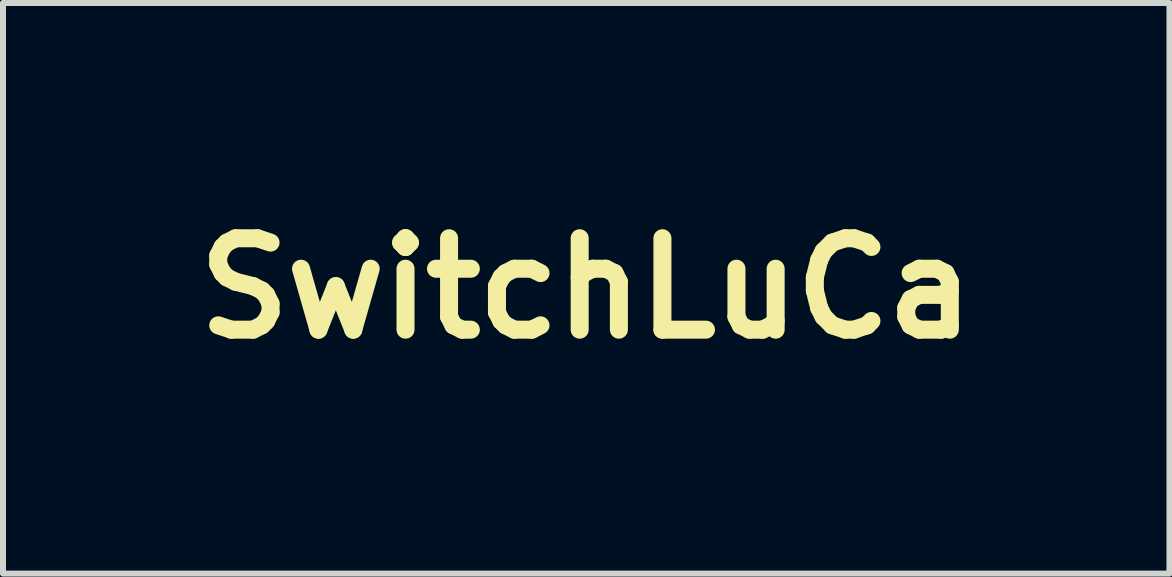
<source format=kicad_pcb>
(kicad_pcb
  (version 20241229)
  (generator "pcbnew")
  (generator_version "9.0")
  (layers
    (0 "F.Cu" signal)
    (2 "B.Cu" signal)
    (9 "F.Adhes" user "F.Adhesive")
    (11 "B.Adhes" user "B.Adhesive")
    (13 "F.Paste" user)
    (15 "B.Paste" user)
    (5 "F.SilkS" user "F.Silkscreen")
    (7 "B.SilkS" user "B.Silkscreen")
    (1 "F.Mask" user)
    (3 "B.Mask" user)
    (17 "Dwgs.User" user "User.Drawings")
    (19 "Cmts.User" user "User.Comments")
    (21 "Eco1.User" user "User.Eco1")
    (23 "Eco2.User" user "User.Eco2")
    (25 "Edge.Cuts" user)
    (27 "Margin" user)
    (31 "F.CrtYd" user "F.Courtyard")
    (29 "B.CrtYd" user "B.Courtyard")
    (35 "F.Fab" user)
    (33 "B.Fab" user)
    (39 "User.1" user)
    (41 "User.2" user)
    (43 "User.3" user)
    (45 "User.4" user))
  (footprint "SwitchLuCa"
    (layer "F.Cu")
    (at 6.72 1.755)
    (property "Reference" "SwitchLuCa" (at 0 0 0) (layer "F.SilkS") (effects (font (size 1.524 1.524) (thickness 0.3))))
    (attr through_hole)
    (fp_poly (pts (xy -0.517 0.213) (xy -0.942 0.213) (xy -0.942 -0.213) (xy -0.517 -0.213) (xy -0.517 0.213)) (stroke (width 0.01) (type solid)) (fill no) (layer "Eco2.User"))
    (fp_poly (pts (xy -1.845 -0.75) (xy -1.827 -0.747) (xy -1.809 -0.743) (xy -1.79 -0.738) (xy -1.772 -0.731) (xy -1.762 -0.726) (xy -1.746 -0.718) (xy -1.73 -0.709) (xy -1.716 -0.699) (xy -1.702 -0.687) (xy -1.693 -0.679) (xy -1.682 -0.668) (xy -1.564 -0.616) (xy -1.445 -0.564) (xy -1.319 -0.564) (xy -1.319 -0.314) (xy -1.082 -0.314) (xy -1.082 -0.187) (xy -1.445 -0.187) (xy -1.446 -0.436) (xy -1.565 -0.384) (xy -1.684 -0.331) (xy -1.696 -0.32) (xy -1.71 -0.307) (xy -1.723 -0.297) (xy -1.738 -0.287) (xy -1.753 -0.279) (xy -1.763 -0.274) (xy -1.78 -0.266) (xy -1.799 -0.26) (xy -1.817 -0.255) (xy -1.836 -0.252) (xy -1.853 -0.25) (xy -1.86 -0.25) (xy -1.869 -0.25) (xy -1.869 -0.751) (xy -1.862 -0.751) (xy -1.845 -0.75)) (stroke (width 0.01) (type solid)) (fill no) (layer "Eco2.User"))
    (fp_poly (pts (xy -1.86 -0.125) (xy -1.843 -0.123) (xy -1.828 -0.119) (xy -1.814 -0.113) (xy -1.8 -0.105) (xy -1.794 -0.101) (xy -1.789 -0.097) (xy -1.783 -0.091) (xy -1.776 -0.085) (xy -1.771 -0.078) (xy -1.766 -0.072) (xy -1.766 -0.071) (xy -1.761 -0.064) (xy -1.421 -0.064) (xy -1.082 -0.063) (xy -1.082 0.063) (xy -1.421 0.062) (xy -1.76 0.062) (xy -1.767 0.072) (xy -1.778 0.085) (xy -1.79 0.097) (xy -1.804 0.107) (xy -1.819 0.115) (xy -1.835 0.12) (xy -1.841 0.122) (xy -1.848 0.123) (xy -1.855 0.124) (xy -1.861 0.125) (xy -1.866 0.126) (xy -1.867 0.126) (xy -1.867 0.126) (xy -1.868 0.125) (xy -1.868 0.125) (xy -1.868 0.124) (xy -1.868 0.122) (xy -1.869 0.12) (xy -1.869 0.116) (xy -1.869 0.112) (xy -1.869 0.106) (xy -1.869 0.099) (xy -1.869 0.09) (xy -1.869 0.08) (xy -1.869 0.068) (xy -1.869 0.053) (xy -1.869 0.037) (xy -1.869 0.019) (xy -1.869 -0.126) (xy -1.86 -0.125)) (stroke (width 0.01) (type solid)) (fill no) (layer "Eco2.User"))
    (fp_poly (pts (xy 0.26 -0.123) (xy 0.276 -0.119) (xy 0.276 -0.119) (xy 0.292 -0.111) (xy 0.307 -0.102) (xy 0.32 -0.092) (xy 0.332 -0.079) (xy 0.341 -0.066) (xy 0.349 -0.051) (xy 0.355 -0.036) (xy 0.359 -0.019) (xy 0.36 -0.003) (xy 0.359 0.014) (xy 0.356 0.032) (xy 0.355 0.035) (xy 0.349 0.051) (xy 0.341 0.067) (xy 0.331 0.08) (xy 0.319 0.093) (xy 0.305 0.103) (xy 0.291 0.112) (xy 0.275 0.118) (xy 0.257 0.123) (xy 0.246 0.124) (xy 0.241 0.125) (xy 0.236 0.125) (xy 0.233 0.126) (xy 0.233 0.126) (xy 0.231 0.125) (xy 0.228 0.125) (xy 0.223 0.124) (xy 0.222 0.124) (xy 0.204 0.121) (xy 0.188 0.116) (xy 0.172 0.108) (xy 0.158 0.099) (xy 0.145 0.087) (xy 0.134 0.074) (xy 0.132 0.071) (xy 0.126 0.063) (xy -0.377 0.063) (xy -0.377 -0.063) (xy 0.127 -0.063) (xy 0.131 -0.07) (xy 0.135 -0.076) (xy 0.141 -0.082) (xy 0.147 -0.089) (xy 0.154 -0.095) (xy 0.16 -0.101) (xy 0.162 -0.102) (xy 0.177 -0.111) (xy 0.192 -0.118) (xy 0.209 -0.123) (xy 0.226 -0.125) (xy 0.243 -0.125) (xy 0.26 -0.123)) (stroke (width 0.01) (type solid)) (fill no) (layer "Eco2.User"))
    (fp_poly (pts (xy -1.082 0.312) (xy -1.319 0.312) (xy -1.319 0.563) (xy -1.381 0.563) (xy -1.443 0.563) (xy -1.563 0.615) (xy -1.683 0.668) (xy -1.695 0.68) (xy -1.714 0.697) (xy -1.735 0.711) (xy -1.757 0.723) (xy -1.779 0.733) (xy -1.803 0.741) (xy -1.828 0.747) (xy -1.846 0.749) (xy -1.852 0.75) (xy -1.858 0.75) (xy -1.863 0.75) (xy -1.864 0.751) (xy -1.869 0.751) (xy -1.869 0.249) (xy -1.863 0.249) (xy -1.858 0.249) (xy -1.852 0.249) (xy -1.846 0.25) (xy -1.844 0.25) (xy -1.819 0.254) (xy -1.794 0.26) (xy -1.771 0.269) (xy -1.749 0.28) (xy -1.727 0.293) (xy -1.707 0.308) (xy -1.693 0.321) (xy -1.683 0.331) (xy -1.565 0.383) (xy -1.549 0.39) (xy -1.533 0.397) (xy -1.518 0.404) (xy -1.504 0.41) (xy -1.491 0.416) (xy -1.48 0.421) (xy -1.47 0.425) (xy -1.461 0.429) (xy -1.454 0.432) (xy -1.449 0.434) (xy -1.447 0.435) (xy -1.446 0.436) (xy -1.446 0.434) (xy -1.446 0.431) (xy -1.446 0.425) (xy -1.446 0.417) (xy -1.445 0.407) (xy -1.445 0.396) (xy -1.445 0.383) (xy -1.445 0.369) (xy -1.445 0.354) (xy -1.445 0.337) (xy -1.445 0.32) (xy -1.445 0.311) (xy -1.445 0.187) (xy -1.082 0.187) (xy -1.082 0.312)) (stroke (width 0.01) (type solid)) (fill no) (layer "Eco2.User"))
    (fp_poly (pts (xy -1.846 -1.749) (xy -1.833 -1.748) (xy -1.819 -1.745) (xy -1.806 -1.742) (xy -1.799 -1.74) (xy -1.793 -1.739) (xy -1.787 -1.737) (xy -1.784 -1.736) (xy -1.783 -1.736) (xy -1.778 -1.735) (xy -1.772 -1.734) (xy -1.763 -1.733) (xy -1.752 -1.731) (xy -1.739 -1.728) (xy -1.724 -1.726) (xy -1.708 -1.723) (xy -1.689 -1.719) (xy -1.668 -1.716) (xy -1.646 -1.712) (xy -1.623 -1.708) (xy -1.598 -1.704) (xy -1.571 -1.699) (xy -1.544 -1.694) (xy -1.515 -1.689) (xy -1.485 -1.684) (xy -1.453 -1.678) (xy -1.421 -1.673) (xy -1.388 -1.667) (xy -1.355 -1.661) (xy -1.32 -1.655) (xy -1.285 -1.649) (xy -1.284 -1.649) (xy -0.791 -1.563) (xy -0.667 -1.563) (xy -0.667 -0.352) (xy -0.792 -0.352) (xy -0.793 -0.894) (xy -0.793 -1.437) (xy -1.29 -1.35) (xy -1.337 -1.342) (xy -1.381 -1.335) (xy -1.422 -1.327) (xy -1.461 -1.32) (xy -1.498 -1.314) (xy -1.533 -1.308) (xy -1.565 -1.302) (xy -1.595 -1.297) (xy -1.623 -1.292) (xy -1.648 -1.288) (xy -1.672 -1.283) (xy -1.693 -1.28) (xy -1.712 -1.276) (xy -1.73 -1.273) (xy -1.745 -1.27) (xy -1.758 -1.268) (xy -1.77 -1.266) (xy -1.779 -1.264) (xy -1.787 -1.263) (xy -1.793 -1.261) (xy -1.797 -1.261) (xy -1.799 -1.26) (xy -1.8 -1.26) (xy -1.81 -1.257) (xy -1.822 -1.255) (xy -1.834 -1.253) (xy -1.847 -1.251) (xy -1.856 -1.25) (xy -1.869 -1.249) (xy -1.869 -1.75) (xy -1.858 -1.75) (xy -1.846 -1.749)) (stroke (width 0.01) (type solid)) (fill no) (layer "Eco2.User"))
    (fp_poly (pts (xy -0.417 0.589) (xy -0.366 0.715) (xy -0.358 0.735) (xy -0.351 0.752) (xy -0.345 0.768) (xy -0.34 0.782) (xy -0.335 0.794) (xy -0.331 0.804) (xy -0.327 0.813) (xy -0.325 0.82) (xy -0.322 0.827) (xy -0.32 0.832) (xy -0.319 0.836) (xy -0.318 0.839) (xy -0.317 0.842) (xy -0.317 0.844) (xy -0.316 0.845) (xy -0.316 0.847) (xy -0.316 0.848) (xy -0.316 0.856) (xy -0.309 0.861) (xy -0.295 0.872) (xy -0.283 0.884) (xy -0.274 0.897) (xy -0.266 0.912) (xy -0.26 0.927) (xy -0.256 0.943) (xy -0.255 0.959) (xy -0.255 0.976) (xy -0.258 0.992) (xy -0.262 1.008) (xy -0.269 1.024) (xy -0.279 1.038) (xy -0.282 1.043) (xy -0.294 1.056) (xy -0.308 1.067) (xy -0.323 1.076) (xy -0.339 1.083) (xy -0.349 1.086) (xy -0.355 1.087) (xy -0.363 1.088) (xy -0.371 1.089) (xy -0.38 1.089) (xy -0.388 1.089) (xy -0.395 1.089) (xy -0.399 1.088) (xy -0.416 1.084) (xy -0.432 1.078) (xy -0.447 1.07) (xy -0.453 1.066) (xy -0.459 1.061) (xy -0.465 1.055) (xy -0.472 1.048) (xy -0.478 1.041) (xy -0.483 1.034) (xy -0.484 1.033) (xy -0.493 1.018) (xy -0.499 1.002) (xy -0.503 0.986) (xy -0.505 0.969) (xy -0.504 0.952) (xy -0.501 0.936) (xy -0.496 0.919) (xy -0.489 0.904) (xy -0.48 0.889) (xy -0.477 0.886) (xy -0.472 0.88) (xy -0.467 0.875) (xy -0.461 0.869) (xy -0.455 0.865) (xy -0.45 0.861) (xy -0.446 0.858) (xy -0.446 0.858) (xy -0.445 0.857) (xy -0.444 0.856) (xy -0.443 0.853) (xy -0.443 0.849) (xy -0.443 0.848) (xy -0.443 0.846) (xy -0.443 0.845) (xy -0.444 0.843) (xy -0.444 0.841) (xy -0.444 0.839) (xy -0.445 0.836) (xy -0.447 0.832) (xy -0.448 0.828) (xy -0.45 0.822) (xy -0.453 0.816) (xy -0.456 0.808) (xy -0.459 0.799) (xy -0.464 0.788) (xy -0.469 0.775) (xy -0.474 0.761) (xy -0.481 0.744) (xy -0.489 0.726) (xy -0.493 0.715) (xy -0.542 0.591) (xy -0.542 0.352) (xy -0.417 0.352) (xy -0.417 0.589)) (stroke (width 0.01) (type solid)) (fill no) (layer "Eco2.User"))
    (fp_poly (pts (xy -1.072 -1.089) (xy -1.065 -1.089) (xy -1.06 -1.089) (xy -1.056 -1.088) (xy -1.052 -1.087) (xy -1.048 -1.086) (xy -1.047 -1.086) (xy -1.03 -1.08) (xy -1.015 -1.072) (xy -1.001 -1.062) (xy -0.988 -1.051) (xy -0.982 -1.044) (xy -0.972 -1.029) (xy -0.964 -1.013) (xy -0.958 -0.997) (xy -0.955 -0.98) (xy -0.954 -0.963) (xy -0.956 -0.946) (xy -0.959 -0.93) (xy -0.965 -0.914) (xy -0.974 -0.898) (xy -0.977 -0.893) (xy -0.981 -0.887) (xy -0.987 -0.881) (xy -0.994 -0.874) (xy -1 -0.868) (xy -1.007 -0.863) (xy -1.01 -0.86) (xy -1.016 -0.857) (xy -1.016 -0.848) (xy -1.016 -0.847) (xy -1.016 -0.845) (xy -1.016 -0.843) (xy -1.015 -0.841) (xy -1.014 -0.839) (xy -1.014 -0.836) (xy -1.012 -0.832) (xy -1.01 -0.827) (xy -1.008 -0.821) (xy -1.006 -0.814) (xy -1.002 -0.806) (xy -0.999 -0.796) (xy -0.994 -0.785) (xy -0.989 -0.771) (xy -0.983 -0.756) (xy -0.976 -0.739) (xy -0.968 -0.72) (xy -0.966 -0.716) (xy -0.917 -0.592) (xy -0.917 -0.352) (xy -1.043 -0.352) (xy -1.043 -0.59) (xy -1.093 -0.716) (xy -1.101 -0.736) (xy -1.108 -0.754) (xy -1.114 -0.769) (xy -1.12 -0.783) (xy -1.124 -0.795) (xy -1.128 -0.806) (xy -1.132 -0.814) (xy -1.135 -0.822) (xy -1.137 -0.828) (xy -1.139 -0.833) (xy -1.14 -0.837) (xy -1.141 -0.841) (xy -1.142 -0.843) (xy -1.143 -0.845) (xy -1.143 -0.847) (xy -1.143 -0.848) (xy -1.143 -0.849) (xy -1.143 -0.857) (xy -1.149 -0.86) (xy -1.154 -0.864) (xy -1.161 -0.87) (xy -1.167 -0.876) (xy -1.173 -0.882) (xy -1.179 -0.889) (xy -1.18 -0.89) (xy -1.189 -0.904) (xy -1.196 -0.919) (xy -1.201 -0.935) (xy -1.204 -0.951) (xy -1.205 -0.968) (xy -1.204 -0.979) (xy -1.201 -0.996) (xy -1.195 -1.013) (xy -1.187 -1.029) (xy -1.177 -1.043) (xy -1.168 -1.053) (xy -1.155 -1.065) (xy -1.14 -1.074) (xy -1.124 -1.082) (xy -1.114 -1.085) (xy -1.11 -1.087) (xy -1.106 -1.088) (xy -1.102 -1.088) (xy -1.098 -1.089) (xy -1.093 -1.089) (xy -1.086 -1.089) (xy -1.08 -1.089) (xy -1.072 -1.089)) (stroke (width 0.01) (type solid)) (fill no) (layer "Eco2.User"))
    (fp_poly (pts (xy -0.917 0.591) (xy -0.966 0.715) (xy -0.974 0.735) (xy -0.981 0.752) (xy -0.988 0.768) (xy -0.993 0.781) (xy -0.998 0.793) (xy -1.002 0.803) (xy -1.005 0.812) (xy -1.008 0.819) (xy -1.01 0.825) (xy -1.012 0.83) (xy -1.013 0.834) (xy -1.014 0.837) (xy -1.015 0.84) (xy -1.015 0.842) (xy -1.016 0.844) (xy -1.016 0.845) (xy -1.016 0.847) (xy -1.016 0.848) (xy -1.016 0.857) (xy -1.009 0.861) (xy -1.003 0.865) (xy -0.996 0.871) (xy -0.99 0.877) (xy -0.983 0.884) (xy -0.978 0.89) (xy -0.977 0.892) (xy -0.968 0.907) (xy -0.961 0.922) (xy -0.957 0.938) (xy -0.955 0.955) (xy -0.955 0.966) (xy -0.955 0.974) (xy -0.955 0.981) (xy -0.956 0.987) (xy -0.957 0.993) (xy -0.958 0.995) (xy -0.964 1.012) (xy -0.972 1.028) (xy -0.981 1.042) (xy -0.993 1.055) (xy -1.006 1.066) (xy -1.021 1.075) (xy -1.038 1.082) (xy -1.048 1.086) (xy -1.056 1.087) (xy -1.066 1.089) (xy -1.076 1.089) (xy -1.086 1.089) (xy -1.095 1.089) (xy -1.102 1.088) (xy -1.117 1.084) (xy -1.132 1.078) (xy -1.146 1.071) (xy -1.149 1.069) (xy -1.163 1.058) (xy -1.175 1.045) (xy -1.185 1.031) (xy -1.194 1.015) (xy -1.2 0.999) (xy -1.201 0.995) (xy -1.202 0.989) (xy -1.203 0.983) (xy -1.204 0.976) (xy -1.204 0.969) (xy -1.204 0.966) (xy -1.203 0.948) (xy -1.2 0.932) (xy -1.195 0.917) (xy -1.188 0.901) (xy -1.182 0.892) (xy -1.177 0.886) (xy -1.171 0.879) (xy -1.165 0.873) (xy -1.158 0.867) (xy -1.152 0.862) (xy -1.15 0.861) (xy -1.143 0.857) (xy -1.143 0.849) (xy -1.143 0.847) (xy -1.143 0.846) (xy -1.142 0.844) (xy -1.142 0.842) (xy -1.141 0.839) (xy -1.14 0.835) (xy -1.138 0.831) (xy -1.136 0.825) (xy -1.134 0.819) (xy -1.131 0.811) (xy -1.127 0.801) (xy -1.123 0.79) (xy -1.118 0.778) (xy -1.112 0.763) (xy -1.105 0.747) (xy -1.098 0.728) (xy -1.093 0.715) (xy -1.043 0.59) (xy -1.043 0.352) (xy -0.917 0.352) (xy -0.917 0.591)) (stroke (width 0.01) (type solid)) (fill no) (layer "Eco2.User"))
    (fp_poly (pts (xy -0.667 1.563) (xy -0.793 1.563) (xy -1.286 1.649) (xy -1.33 1.657) (xy -1.371 1.664) (xy -1.41 1.671) (xy -1.446 1.677) (xy -1.48 1.683) (xy -1.513 1.688) (xy -1.543 1.694) (xy -1.571 1.699) (xy -1.596 1.703) (xy -1.621 1.707) (xy -1.643 1.711) (xy -1.663 1.715) (xy -1.682 1.718) (xy -1.699 1.721) (xy -1.714 1.724) (xy -1.728 1.726) (xy -1.741 1.729) (xy -1.752 1.731) (xy -1.761 1.733) (xy -1.77 1.734) (xy -1.777 1.735) (xy -1.783 1.737) (xy -1.788 1.738) (xy -1.792 1.739) (xy -1.795 1.739) (xy -1.797 1.74) (xy -1.797 1.74) (xy -1.81 1.743) (xy -1.822 1.746) (xy -1.832 1.748) (xy -1.843 1.749) (xy -1.854 1.75) (xy -1.869 1.75) (xy -1.869 1.25) (xy -1.86 1.25) (xy -1.85 1.25) (xy -1.838 1.251) (xy -1.826 1.253) (xy -1.814 1.256) (xy -1.802 1.258) (xy -1.792 1.261) (xy -1.79 1.262) (xy -1.789 1.262) (xy -1.785 1.263) (xy -1.779 1.264) (xy -1.77 1.266) (xy -1.76 1.267) (xy -1.747 1.27) (xy -1.733 1.272) (xy -1.717 1.275) (xy -1.699 1.278) (xy -1.68 1.282) (xy -1.659 1.285) (xy -1.637 1.289) (xy -1.613 1.293) (xy -1.588 1.298) (xy -1.563 1.302) (xy -1.536 1.307) (xy -1.509 1.312) (xy -1.48 1.317) (xy -1.451 1.322) (xy -1.422 1.327) (xy -1.392 1.332) (xy -1.362 1.337) (xy -1.331 1.343) (xy -1.301 1.348) (xy -1.27 1.353) (xy -1.24 1.359) (xy -1.209 1.364) (xy -1.179 1.369) (xy -1.149 1.375) (xy -1.12 1.38) (xy -1.091 1.385) (xy -1.063 1.39) (xy -1.036 1.394) (xy -1.01 1.399) (xy -0.985 1.403) (xy -0.961 1.408) (xy -0.938 1.412) (xy -0.916 1.415) (xy -0.896 1.419) (xy -0.877 1.422) (xy -0.86 1.425) (xy -0.845 1.428) (xy -0.831 1.43) (xy -0.819 1.432) (xy -0.81 1.434) (xy -0.802 1.435) (xy -0.797 1.436) (xy -0.794 1.436) (xy -0.794 1.436) (xy -0.794 1.435) (xy -0.793 1.431) (xy -0.793 1.425) (xy -0.793 1.416) (xy -0.793 1.405) (xy -0.793 1.391) (xy -0.793 1.375) (xy -0.793 1.356) (xy -0.793 1.335) (xy -0.793 1.312) (xy -0.793 1.286) (xy -0.793 1.258) (xy -0.793 1.228) (xy -0.793 1.195) (xy -0.793 1.16) (xy -0.793 1.123) (xy -0.792 1.083) (xy -0.792 1.041) (xy -0.792 0.997) (xy -0.792 0.95) (xy -0.792 0.902) (xy -0.792 0.352) (xy -0.667 0.352) (xy -0.667 1.563)) (stroke (width 0.01) (type solid)) (fill no) (layer "Eco2.User"))
    (fp_poly (pts (xy 0.236 0.89) (xy 0.249 0.891) (xy 0.26 0.891) (xy 0.266 0.892) (xy 0.297 0.897) (xy 0.327 0.905) (xy 0.357 0.915) (xy 0.385 0.927) (xy 0.412 0.941) (xy 0.438 0.958) (xy 0.462 0.976) (xy 0.485 0.997) (xy 0.488 1) (xy 0.51 1.023) (xy 0.529 1.047) (xy 0.546 1.073) (xy 0.56 1.099) (xy 0.573 1.127) (xy 0.583 1.157) (xy 0.592 1.188) (xy 0.592 1.19) (xy 0.595 1.205) (xy 0.597 1.219) (xy 0.599 1.234) (xy 0.6 1.251) (xy 0.6 1.259) (xy 0.6 1.289) (xy 0.597 1.319) (xy 0.592 1.349) (xy 0.585 1.378) (xy 0.576 1.405) (xy 0.564 1.432) (xy 0.551 1.458) (xy 0.536 1.483) (xy 0.519 1.506) (xy 0.5 1.528) (xy 0.48 1.548) (xy 0.458 1.567) (xy 0.435 1.584) (xy 0.41 1.6) (xy 0.385 1.613) (xy 0.358 1.625) (xy 0.33 1.634) (xy 0.301 1.642) (xy 0.271 1.647) (xy 0.242 1.65) (xy 0.235 1.65) (xy 0.228 1.65) (xy 0.222 1.651) (xy 0.218 1.651) (xy 0.217 1.651) (xy 0.214 1.651) (xy 0.209 1.65) (xy 0.203 1.65) (xy 0.197 1.65) (xy 0.196 1.65) (xy 0.187 1.649) (xy 0.177 1.648) (xy 0.168 1.647) (xy 0.161 1.646) (xy 0.131 1.64) (xy 0.101 1.631) (xy 0.073 1.621) (xy 0.046 1.608) (xy 0.02 1.593) (xy -0.005 1.577) (xy -0.028 1.558) (xy -0.05 1.538) (xy -0.07 1.516) (xy -0.088 1.493) (xy -0.104 1.468) (xy -0.119 1.442) (xy -0.131 1.415) (xy -0.142 1.386) (xy -0.15 1.357) (xy -0.156 1.326) (xy -0.157 1.319) (xy -0.158 1.312) (xy -0.159 1.302) (xy -0.159 1.291) (xy -0.159 1.279) (xy -0.159 1.273) (xy -0.034 1.273) (xy -0.033 1.288) (xy -0.03 1.314) (xy -0.024 1.339) (xy -0.016 1.363) (xy -0.006 1.386) (xy 0.007 1.408) (xy 0.022 1.428) (xy 0.026 1.433) (xy 0.043 1.451) (xy 0.061 1.468) (xy 0.081 1.482) (xy 0.103 1.495) (xy 0.125 1.506) (xy 0.149 1.514) (xy 0.173 1.52) (xy 0.186 1.522) (xy 0.196 1.523) (xy 0.208 1.524) (xy 0.22 1.524) (xy 0.232 1.524) (xy 0.244 1.523) (xy 0.253 1.522) (xy 0.278 1.518) (xy 0.302 1.511) (xy 0.325 1.502) (xy 0.347 1.49) (xy 0.367 1.477) (xy 0.387 1.462) (xy 0.405 1.445) (xy 0.421 1.426) (xy 0.435 1.406) (xy 0.447 1.384) (xy 0.449 1.381) (xy 0.458 1.36) (xy 0.465 1.337) (xy 0.47 1.315) (xy 0.474 1.291) (xy 0.475 1.269) (xy 0.474 1.252) (xy 0.47 1.226) (xy 0.465 1.201) (xy 0.457 1.177) (xy 0.447 1.154) (xy 0.434 1.132) (xy 0.419 1.112) (xy 0.405 1.095) (xy 0.387 1.078) (xy 0.367 1.063) (xy 0.347 1.049) (xy 0.325 1.038) (xy 0.302 1.029) (xy 0.279 1.023) (xy 0.255 1.018) (xy 0.231 1.016) (xy 0.206 1.016) (xy 0.182 1.019) (xy 0.157 1.024) (xy 0.137 1.03) (xy 0.114 1.039) (xy 0.092 1.051) (xy 0.071 1.065) (xy 0.051 1.08) (xy 0.034 1.098) (xy 0.017 1.117) (xy 0.003 1.138) (xy 0.002 1.14) (xy -0.009 1.16) (xy -0.018 1.181) (xy -0.025 1.204) (xy -0.03 1.227) (xy -0.033 1.25) (xy -0.034 1.273) (xy -0.159 1.273) (xy -0.159 1.266) (xy -0.159 1.254) (xy -0.159 1.243) (xy -0.158 1.233) (xy -0.158 1.226) (xy -0.158 1.225) (xy -0.153 1.195) (xy -0.145 1.165) (xy -0.136 1.136) (xy -0.124 1.108) (xy -0.11 1.082) (xy -0.094 1.056) (xy -0.077 1.032) (xy -0.057 1.009) (xy -0.036 0.988) (xy -0.013 0.969) (xy 0.012 0.952) (xy 0.037 0.936) (xy 0.065 0.923) (xy 0.081 0.916) (xy 0.11 0.906) (xy 0.139 0.898) (xy 0.17 0.893) (xy 0.175 0.892) (xy 0.185 0.891) (xy 0.196 0.89) (xy 0.209 0.89) (xy 0.223 0.89) (xy 0.236 0.89)) (stroke (width 0.01) (type solid)) (fill no) (layer "Eco2.User"))
    (fp_poly (pts (xy 0.231 -1.65) (xy 0.244 -1.65) (xy 0.256 -1.649) (xy 0.266 -1.648) (xy 0.269 -1.648) (xy 0.295 -1.643) (xy 0.321 -1.637) (xy 0.345 -1.63) (xy 0.369 -1.621) (xy 0.393 -1.609) (xy 0.394 -1.609) (xy 0.415 -1.597) (xy 0.435 -1.585) (xy 0.454 -1.571) (xy 0.472 -1.555) (xy 0.489 -1.539) (xy 0.506 -1.522) (xy 0.52 -1.505) (xy 0.533 -1.487) (xy 0.545 -1.468) (xy 0.556 -1.448) (xy 0.561 -1.439) (xy 0.573 -1.412) (xy 0.583 -1.384) (xy 0.591 -1.356) (xy 0.596 -1.328) (xy 0.6 -1.3) (xy 0.6 -1.27) (xy 0.6 -1.259) (xy 0.598 -1.228) (xy 0.594 -1.197) (xy 0.587 -1.168) (xy 0.577 -1.139) (xy 0.566 -1.112) (xy 0.553 -1.085) (xy 0.537 -1.06) (xy 0.52 -1.036) (xy 0.501 -1.013) (xy 0.48 -0.992) (xy 0.457 -0.972) (xy 0.432 -0.954) (xy 0.406 -0.939) (xy 0.379 -0.925) (xy 0.36 -0.916) (xy 0.342 -0.91) (xy 0.323 -0.904) (xy 0.303 -0.899) (xy 0.282 -0.895) (xy 0.273 -0.893) (xy 0.268 -0.893) (xy 0.262 -0.892) (xy 0.254 -0.892) (xy 0.245 -0.891) (xy 0.235 -0.891) (xy 0.225 -0.891) (xy 0.216 -0.891) (xy 0.207 -0.89) (xy 0.199 -0.891) (xy 0.193 -0.891) (xy 0.189 -0.891) (xy 0.189 -0.891) (xy 0.186 -0.891) (xy 0.181 -0.892) (xy 0.175 -0.893) (xy 0.173 -0.893) (xy 0.151 -0.896) (xy 0.128 -0.901) (xy 0.106 -0.908) (xy 0.084 -0.915) (xy 0.081 -0.916) (xy 0.052 -0.929) (xy 0.025 -0.944) (xy -0.000018 -0.96) (xy -0.024 -0.979) (xy -0.046 -0.999) (xy -0.067 -1.021) (xy -0.085 -1.044) (xy -0.102 -1.069) (xy -0.117 -1.095) (xy -0.13 -1.122) (xy -0.141 -1.151) (xy -0.149 -1.181) (xy -0.155 -1.211) (xy -0.156 -1.216) (xy -0.158 -1.228) (xy -0.159 -1.242) (xy -0.159 -1.256) (xy -0.16 -1.269) (xy -0.034 -1.269) (xy -0.033 -1.245) (xy -0.029 -1.221) (xy -0.023 -1.198) (xy -0.015 -1.175) (xy -0.005 -1.153) (xy 0.008 -1.131) (xy 0.022 -1.111) (xy 0.039 -1.092) (xy 0.041 -1.091) (xy 0.059 -1.074) (xy 0.079 -1.059) (xy 0.101 -1.046) (xy 0.123 -1.035) (xy 0.147 -1.027) (xy 0.171 -1.021) (xy 0.196 -1.017) (xy 0.218 -1.016) (xy 0.226 -1.016) (xy 0.234 -1.016) (xy 0.242 -1.017) (xy 0.245 -1.017) (xy 0.27 -1.021) (xy 0.294 -1.027) (xy 0.317 -1.035) (xy 0.34 -1.046) (xy 0.361 -1.059) (xy 0.381 -1.073) (xy 0.399 -1.089) (xy 0.414 -1.106) (xy 0.43 -1.126) (xy 0.443 -1.148) (xy 0.454 -1.17) (xy 0.462 -1.193) (xy 0.469 -1.217) (xy 0.473 -1.241) (xy 0.474 -1.265) (xy 0.474 -1.289) (xy 0.471 -1.314) (xy 0.465 -1.338) (xy 0.457 -1.362) (xy 0.448 -1.382) (xy 0.436 -1.404) (xy 0.422 -1.425) (xy 0.406 -1.444) (xy 0.388 -1.461) (xy 0.369 -1.476) (xy 0.348 -1.49) (xy 0.326 -1.501) (xy 0.303 -1.511) (xy 0.301 -1.511) (xy 0.277 -1.518) (xy 0.252 -1.523) (xy 0.227 -1.525) (xy 0.202 -1.524) (xy 0.177 -1.521) (xy 0.152 -1.515) (xy 0.141 -1.512) (xy 0.118 -1.503) (xy 0.095 -1.491) (xy 0.074 -1.478) (xy 0.055 -1.463) (xy 0.037 -1.446) (xy 0.02 -1.427) (xy 0.006 -1.407) (xy -0.006 -1.385) (xy -0.015 -1.366) (xy -0.023 -1.342) (xy -0.029 -1.318) (xy -0.033 -1.294) (xy -0.034 -1.269) (xy -0.16 -1.269) (xy -0.16 -1.271) (xy -0.16 -1.285) (xy -0.159 -1.297) (xy -0.159 -1.302) (xy -0.155 -1.333) (xy -0.148 -1.364) (xy -0.14 -1.393) (xy -0.128 -1.422) (xy -0.115 -1.45) (xy -0.099 -1.477) (xy -0.081 -1.503) (xy -0.077 -1.507) (xy -0.071 -1.515) (xy -0.063 -1.524) (xy -0.055 -1.533) (xy -0.045 -1.542) (xy -0.036 -1.551) (xy -0.027 -1.56) (xy -0.019 -1.566) (xy -0.017 -1.568) (xy 0.008 -1.586) (xy 0.034 -1.602) (xy 0.062 -1.616) (xy 0.09 -1.628) (xy 0.12 -1.637) (xy 0.15 -1.644) (xy 0.172 -1.648) (xy 0.181 -1.649) (xy 0.192 -1.65) (xy 0.205 -1.65) (xy 0.218 -1.65) (xy 0.231 -1.65)) (stroke (width 0.01) (type solid)) (fill no) (layer "Eco2.User"))
    (fp_poly (pts (xy 1.509 -1.649) (xy 1.521 -1.649) (xy 1.532 -1.648) (xy 1.532 -1.648) (xy 1.563 -1.643) (xy 1.594 -1.636) (xy 1.623 -1.626) (xy 1.651 -1.614) (xy 1.679 -1.6) (xy 1.705 -1.583) (xy 1.728 -1.566) (xy 1.736 -1.56) (xy 1.744 -1.552) (xy 1.754 -1.543) (xy 1.763 -1.533) (xy 1.772 -1.524) (xy 1.78 -1.515) (xy 1.787 -1.507) (xy 1.805 -1.482) (xy 1.821 -1.456) (xy 1.835 -1.428) (xy 1.847 -1.4) (xy 1.856 -1.37) (xy 1.863 -1.34) (xy 1.867 -1.312) (xy 1.868 -1.302) (xy 1.869 -1.29) (xy 1.869 -1.277) (xy 1.869 -1.264) (xy 1.869 -1.251) (xy 1.868 -1.239) (xy 1.868 -1.229) (xy 1.867 -1.227) (xy 1.863 -1.197) (xy 1.856 -1.167) (xy 1.846 -1.138) (xy 1.835 -1.111) (xy 1.821 -1.084) (xy 1.806 -1.059) (xy 1.788 -1.035) (xy 1.769 -1.012) (xy 1.749 -0.991) (xy 1.726 -0.972) (xy 1.702 -0.955) (xy 1.677 -0.939) (xy 1.65 -0.925) (xy 1.623 -0.914) (xy 1.594 -0.904) (xy 1.565 -0.897) (xy 1.536 -0.893) (xy 1.506 -0.89) (xy 1.476 -0.89) (xy 1.446 -0.892) (xy 1.417 -0.897) (xy 1.414 -0.897) (xy 1.384 -0.905) (xy 1.355 -0.914) (xy 1.326 -0.926) (xy 1.299 -0.941) (xy 1.274 -0.957) (xy 1.249 -0.976) (xy 1.226 -0.997) (xy 1.221 -1.001) (xy 1.2 -1.024) (xy 1.181 -1.047) (xy 1.165 -1.072) (xy 1.151 -1.098) (xy 1.145 -1.11) (xy 1.138 -1.124) (xy 1.116 -1.108) (xy 1.113 -1.106) (xy 1.108 -1.102) (xy 1.101 -1.098) (xy 1.093 -1.092) (xy 1.082 -1.085) (xy 1.07 -1.076) (xy 1.057 -1.067) (xy 1.042 -1.056) (xy 1.025 -1.045) (xy 1.008 -1.032) (xy 0.988 -1.019) (xy 0.968 -1.005) (xy 0.947 -0.99) (xy 0.924 -0.974) (xy 0.901 -0.958) (xy 0.877 -0.941) (xy 0.852 -0.923) (xy 0.826 -0.905) (xy 0.8 -0.887) (xy 0.773 -0.868) (xy 0.746 -0.849) (xy 0.734 -0.841) (xy 0.375 -0.589) (xy -0.417 -0.589) (xy -0.417 -0.352) (xy -0.542 -0.352) (xy -0.542 -0.716) (xy 0.336 -0.716) (xy 0.723 -0.987) (xy 1.11 -1.258) (xy 1.11 -1.266) (xy 1.236 -1.266) (xy 1.238 -1.241) (xy 1.242 -1.217) (xy 1.248 -1.193) (xy 1.249 -1.191) (xy 1.255 -1.173) (xy 1.263 -1.157) (xy 1.271 -1.142) (xy 1.281 -1.126) (xy 1.287 -1.117) (xy 1.294 -1.109) (xy 1.302 -1.1) (xy 1.31 -1.091) (xy 1.319 -1.082) (xy 1.328 -1.074) (xy 1.335 -1.069) (xy 1.356 -1.055) (xy 1.378 -1.042) (xy 1.401 -1.032) (xy 1.425 -1.025) (xy 1.449 -1.019) (xy 1.474 -1.017) (xy 1.499 -1.016) (xy 1.515 -1.017) (xy 1.54 -1.021) (xy 1.564 -1.027) (xy 1.588 -1.036) (xy 1.61 -1.046) (xy 1.631 -1.059) (xy 1.651 -1.074) (xy 1.669 -1.09) (xy 1.686 -1.109) (xy 1.701 -1.129) (xy 1.714 -1.15) (xy 1.724 -1.172) (xy 1.733 -1.195) (xy 1.739 -1.219) (xy 1.743 -1.243) (xy 1.744 -1.268) (xy 1.743 -1.292) (xy 1.74 -1.317) (xy 1.739 -1.321) (xy 1.733 -1.345) (xy 1.724 -1.369) (xy 1.714 -1.391) (xy 1.701 -1.412) (xy 1.686 -1.432) (xy 1.67 -1.45) (xy 1.652 -1.466) (xy 1.632 -1.481) (xy 1.611 -1.494) (xy 1.589 -1.505) (xy 1.571 -1.511) (xy 1.546 -1.518) (xy 1.522 -1.523) (xy 1.497 -1.525) (xy 1.472 -1.524) (xy 1.447 -1.521) (xy 1.422 -1.515) (xy 1.398 -1.507) (xy 1.379 -1.499) (xy 1.357 -1.487) (xy 1.336 -1.473) (xy 1.318 -1.457) (xy 1.301 -1.44) (xy 1.286 -1.422) (xy 1.273 -1.402) (xy 1.261 -1.381) (xy 1.252 -1.359) (xy 1.245 -1.337) (xy 1.24 -1.313) (xy 1.237 -1.29) (xy 1.236 -1.266) (xy 1.11 -1.266) (xy 1.11 -1.277) (xy 1.111 -1.305) (xy 1.115 -1.333) (xy 1.121 -1.361) (xy 1.129 -1.389) (xy 1.139 -1.416) (xy 1.151 -1.443) (xy 1.156 -1.452) (xy 1.172 -1.479) (xy 1.19 -1.504) (xy 1.21 -1.527) (xy 1.231 -1.549) (xy 1.254 -1.568) (xy 1.278 -1.586) (xy 1.304 -1.602) (xy 1.331 -1.616) (xy 1.359 -1.627) (xy 1.389 -1.636) (xy 1.419 -1.643) (xy 1.447 -1.648) (xy 1.457 -1.649) (xy 1.469 -1.649) (xy 1.483 -1.65) (xy 1.496 -1.65) (xy 1.509 -1.649)) (stroke (width 0.01) (type solid)) (fill no) (layer "Eco2.User"))
    (fp_poly (pts (xy 0.489 -0.354) (xy 0.521 -0.34) (xy 0.553 -0.325) (xy 0.585 -0.31) (xy 0.616 -0.296) (xy 0.648 -0.281) (xy 0.679 -0.267) (xy 0.71 -0.252) (xy 0.741 -0.239) (xy 0.77 -0.225) (xy 0.799 -0.212) (xy 0.827 -0.199) (xy 0.854 -0.186) (xy 0.88 -0.174) (xy 0.905 -0.163) (xy 0.929 -0.152) (xy 0.95 -0.142) (xy 0.971 -0.133) (xy 0.989 -0.124) (xy 1.006 -0.116) (xy 1.021 -0.109) (xy 1.034 -0.104) (xy 1.045 -0.099) (xy 1.047 -0.098) (xy 1.059 -0.092) (xy 1.071 -0.087) (xy 1.081 -0.082) (xy 1.091 -0.078) (xy 1.099 -0.074) (xy 1.105 -0.071) (xy 1.11 -0.069) (xy 1.113 -0.067) (xy 1.114 -0.067) (xy 1.115 -0.068) (xy 1.116 -0.071) (xy 1.117 -0.075) (xy 1.118 -0.079) (xy 1.121 -0.091) (xy 1.124 -0.104) (xy 1.128 -0.117) (xy 1.132 -0.13) (xy 1.133 -0.133) (xy 1.137 -0.142) (xy 1.142 -0.152) (xy 1.147 -0.163) (xy 1.153 -0.175) (xy 1.158 -0.186) (xy 1.164 -0.195) (xy 1.166 -0.2) (xy 1.184 -0.226) (xy 1.203 -0.249) (xy 1.223 -0.272) (xy 1.246 -0.292) (xy 1.27 -0.31) (xy 1.295 -0.326) (xy 1.321 -0.341) (xy 1.348 -0.353) (xy 1.376 -0.363) (xy 1.405 -0.371) (xy 1.435 -0.376) (xy 1.466 -0.379) (xy 1.496 -0.38) (xy 1.51 -0.38) (xy 1.54 -0.377) (xy 1.57 -0.372) (xy 1.599 -0.364) (xy 1.628 -0.354) (xy 1.655 -0.342) (xy 1.682 -0.328) (xy 1.707 -0.312) (xy 1.731 -0.294) (xy 1.753 -0.274) (xy 1.774 -0.253) (xy 1.793 -0.229) (xy 1.81 -0.205) (xy 1.825 -0.178) (xy 1.829 -0.172) (xy 1.841 -0.144) (xy 1.852 -0.116) (xy 1.859 -0.088) (xy 1.865 -0.06) (xy 1.868 -0.031) (xy 1.869 -0.00028) (xy 1.869 0.011) (xy 1.867 0.038) (xy 1.864 0.065) (xy 1.859 0.091) (xy 1.851 0.116) (xy 1.842 0.142) (xy 1.842 0.142) (xy 1.829 0.17) (xy 1.815 0.196) (xy 1.798 0.222) (xy 1.779 0.246) (xy 1.759 0.268) (xy 1.737 0.288) (xy 1.714 0.307) (xy 1.689 0.323) (xy 1.663 0.338) (xy 1.635 0.351) (xy 1.607 0.361) (xy 1.577 0.37) (xy 1.547 0.376) (xy 1.54 0.377) (xy 1.532 0.378) (xy 1.522 0.378) (xy 1.51 0.379) (xy 1.498 0.379) (xy 1.485 0.379) (xy 1.473 0.379) (xy 1.462 0.379) (xy 1.453 0.378) (xy 1.449 0.378) (xy 1.418 0.373) (xy 1.388 0.366) (xy 1.359 0.357) (xy 1.331 0.345) (xy 1.304 0.331) (xy 1.278 0.316) (xy 1.254 0.298) (xy 1.231 0.279) (xy 1.21 0.257) (xy 1.191 0.234) (xy 1.173 0.21) (xy 1.157 0.184) (xy 1.143 0.156) (xy 1.136 0.139) (xy 1.133 0.129) (xy 1.129 0.119) (xy 1.125 0.107) (xy 1.122 0.096) (xy 1.12 0.086) (xy 1.118 0.078) (xy 1.118 0.077) (xy 1.116 0.07) (xy 0.967 -0.000422) (xy 1.236 -0.000422) (xy 1.237 0.024) (xy 1.241 0.048) (xy 1.247 0.072) (xy 1.255 0.096) (xy 1.262 0.112) (xy 1.274 0.134) (xy 1.289 0.155) (xy 1.305 0.173) (xy 1.322 0.19) (xy 1.341 0.206) (xy 1.362 0.219) (xy 1.384 0.231) (xy 1.407 0.24) (xy 1.431 0.247) (xy 1.456 0.252) (xy 1.462 0.253) (xy 1.468 0.253) (xy 1.476 0.253) (xy 1.486 0.254) (xy 1.496 0.253) (xy 1.506 0.253) (xy 1.515 0.253) (xy 1.524 0.252) (xy 1.53 0.251) (xy 1.531 0.251) (xy 1.556 0.245) (xy 1.581 0.237) (xy 1.604 0.227) (xy 1.625 0.215) (xy 1.646 0.201) (xy 1.665 0.185) (xy 1.682 0.167) (xy 1.697 0.148) (xy 1.707 0.132) (xy 1.719 0.11) (xy 1.729 0.088) (xy 1.736 0.064) (xy 1.741 0.041) (xy 1.744 0.018) (xy 1.744 -0.006) (xy 1.743 -0.029) (xy 1.739 -0.052) (xy 1.733 -0.075) (xy 1.725 -0.096) (xy 1.716 -0.118) (xy 1.704 -0.138) (xy 1.69 -0.157) (xy 1.675 -0.175) (xy 1.658 -0.191) (xy 1.639 -0.206) (xy 1.619 -0.22) (xy 1.596 -0.231) (xy 1.59 -0.234) (xy 1.568 -0.242) (xy 1.545 -0.248) (xy 1.521 -0.252) (xy 1.497 -0.254) (xy 1.473 -0.254) (xy 1.45 -0.251) (xy 1.427 -0.246) (xy 1.404 -0.239) (xy 1.382 -0.23) (xy 1.36 -0.219) (xy 1.34 -0.205) (xy 1.337 -0.203) (xy 1.331 -0.198) (xy 1.323 -0.192) (xy 1.315 -0.184) (xy 1.307 -0.176) (xy 1.3 -0.169) (xy 1.294 -0.162) (xy 1.293 -0.16) (xy 1.278 -0.14) (xy 1.265 -0.118) (xy 1.255 -0.096) (xy 1.246 -0.073) (xy 1.241 -0.049) (xy 1.237 -0.025) (xy 1.236 -0.000422) (xy 0.967 -0.000422) (xy 0.738 -0.108) (xy 0.36 -0.287) (xy 0.11 -0.287) (xy -0.015 -0.237) (xy -0.14 -0.187) (xy -0.377 -0.187) (xy -0.377 -0.314) (xy -0.139 -0.314) (xy -0.015 -0.363) (xy 0.109 -0.413) (xy 0.362 -0.413) (xy 0.489 -0.354)) (stroke (width 0.01) (type solid)) (fill no) (layer "Eco2.User"))
    (fp_poly (pts (xy 0.382 0.465) (xy 0.413 0.486) (xy 0.445 0.508) (xy 0.477 0.531) (xy 0.509 0.553) (xy 0.542 0.576) (xy 0.574 0.599) (xy 0.607 0.622) (xy 0.639 0.644) (xy 0.671 0.667) (xy 0.702 0.689) (xy 0.733 0.71) (xy 0.763 0.731) (xy 0.793 0.752) (xy 0.821 0.772) (xy 0.848 0.791) (xy 0.874 0.809) (xy 0.898 0.826) (xy 0.921 0.842) (xy 0.943 0.857) (xy 0.962 0.871) (xy 0.98 0.883) (xy 0.985 0.887) (xy 1.006 0.901) (xy 1.026 0.915) (xy 1.045 0.929) (xy 1.064 0.942) (xy 1.082 0.954) (xy 1.098 0.966) (xy 1.114 0.977) (xy 1.129 0.987) (xy 1.142 0.996) (xy 1.154 1.005) (xy 1.165 1.012) (xy 1.174 1.018) (xy 1.181 1.023) (xy 1.187 1.027) (xy 1.19 1.03) (xy 1.192 1.031) (xy 1.192 1.031) (xy 1.194 1.03) (xy 1.196 1.028) (xy 1.199 1.024) (xy 1.2 1.023) (xy 1.204 1.018) (xy 1.21 1.012) (xy 1.217 1.005) (xy 1.225 0.997) (xy 1.233 0.99) (xy 1.24 0.983) (xy 1.247 0.976) (xy 1.253 0.971) (xy 1.255 0.97) (xy 1.28 0.952) (xy 1.307 0.936) (xy 1.335 0.922) (xy 1.364 0.911) (xy 1.393 0.902) (xy 1.394 0.902) (xy 1.424 0.895) (xy 1.455 0.891) (xy 1.485 0.889) (xy 1.515 0.89) (xy 1.546 0.893) (xy 1.575 0.899) (xy 1.605 0.907) (xy 1.633 0.917) (xy 1.661 0.93) (xy 1.688 0.945) (xy 1.714 0.962) (xy 1.725 0.97) (xy 1.732 0.976) (xy 1.74 0.984) (xy 1.749 0.992) (xy 1.759 1.001) (xy 1.767 1.01) (xy 1.775 1.019) (xy 1.781 1.025) (xy 1.799 1.049) (xy 1.816 1.074) (xy 1.83 1.1) (xy 1.842 1.127) (xy 1.852 1.156) (xy 1.86 1.186) (xy 1.866 1.218) (xy 1.867 1.226) (xy 1.868 1.237) (xy 1.869 1.248) (xy 1.869 1.261) (xy 1.869 1.274) (xy 1.869 1.288) (xy 1.868 1.3) (xy 1.867 1.312) (xy 1.866 1.321) (xy 1.866 1.325) (xy 1.86 1.356) (xy 1.851 1.386) (xy 1.841 1.414) (xy 1.828 1.442) (xy 1.814 1.468) (xy 1.797 1.493) (xy 1.779 1.516) (xy 1.759 1.538) (xy 1.738 1.558) (xy 1.715 1.576) (xy 1.69 1.593) (xy 1.664 1.607) (xy 1.637 1.62) (xy 1.609 1.63) (xy 1.58 1.639) (xy 1.549 1.645) (xy 1.521 1.648) (xy 1.512 1.649) (xy 1.501 1.649) (xy 1.489 1.649) (xy 1.477 1.649) (xy 1.466 1.649) (xy 1.456 1.648) (xy 1.456 1.648) (xy 1.43 1.645) (xy 1.404 1.64) (xy 1.377 1.633) (xy 1.352 1.624) (xy 1.333 1.616) (xy 1.306 1.602) (xy 1.279 1.586) (xy 1.255 1.568) (xy 1.232 1.549) (xy 1.21 1.527) (xy 1.191 1.504) (xy 1.173 1.48) (xy 1.157 1.454) (xy 1.144 1.427) (xy 1.132 1.399) (xy 1.123 1.37) (xy 1.116 1.34) (xy 1.114 1.326) (xy 1.112 1.315) (xy 1.111 1.302) (xy 1.11 1.287) (xy 1.11 1.272) (xy 1.11 1.262) (xy 1.236 1.262) (xy 1.237 1.287) (xy 1.239 1.312) (xy 1.245 1.336) (xy 1.249 1.349) (xy 1.258 1.373) (xy 1.27 1.396) (xy 1.283 1.417) (xy 1.298 1.437) (xy 1.316 1.455) (xy 1.328 1.465) (xy 1.347 1.48) (xy 1.368 1.492) (xy 1.389 1.503) (xy 1.412 1.512) (xy 1.435 1.518) (xy 1.455 1.522) (xy 1.466 1.523) (xy 1.478 1.524) (xy 1.491 1.524) (xy 1.503 1.524) (xy 1.515 1.523) (xy 1.523 1.522) (xy 1.548 1.518) (xy 1.572 1.511) (xy 1.594 1.502) (xy 1.616 1.491) (xy 1.636 1.478) (xy 1.655 1.463) (xy 1.673 1.446) (xy 1.689 1.428) (xy 1.703 1.409) (xy 1.715 1.388) (xy 1.726 1.365) (xy 1.734 1.342) (xy 1.74 1.318) (xy 1.742 1.306) (xy 1.743 1.296) (xy 1.744 1.284) (xy 1.744 1.271) (xy 1.744 1.259) (xy 1.743 1.247) (xy 1.742 1.236) (xy 1.742 1.234) (xy 1.737 1.208) (xy 1.729 1.184) (xy 1.72 1.161) (xy 1.708 1.139) (xy 1.694 1.118) (xy 1.678 1.099) (xy 1.661 1.082) (xy 1.642 1.066) (xy 1.621 1.052) (xy 1.603 1.042) (xy 1.581 1.032) (xy 1.557 1.025) (xy 1.533 1.019) (xy 1.509 1.016) (xy 1.484 1.016) (xy 1.459 1.018) (xy 1.438 1.021) (xy 1.42 1.026) (xy 1.402 1.032) (xy 1.384 1.039) (xy 1.366 1.048) (xy 1.351 1.057) (xy 1.351 1.057) (xy 1.33 1.072) (xy 1.312 1.089) (xy 1.295 1.107) (xy 1.28 1.127) (xy 1.27 1.143) (xy 1.258 1.166) (xy 1.249 1.189) (xy 1.242 1.213) (xy 1.238 1.237) (xy 1.236 1.262) (xy 1.11 1.262) (xy 1.11 1.257) (xy 1.111 1.244) (xy 1.111 1.231) (xy 1.112 1.228) (xy 1.116 1.202) (xy 1.121 1.177) (xy 1.125 1.163) (xy 1.127 1.157) (xy 1.128 1.151) (xy 1.129 1.147) (xy 1.13 1.145) (xy 1.13 1.145) (xy 1.13 1.144) (xy 1.129 1.143) (xy 1.127 1.141) (xy 1.124 1.139) (xy 1.12 1.136) (xy 1.115 1.132) (xy 1.109 1.128) (xy 1.101 1.122) (xy 1.092 1.116) (xy 1.081 1.108) (xy 1.068 1.099) (xy 1.053 1.089) (xy 1.05 1.086) (xy 1.044 1.082) (xy 1.035 1.076) (xy 1.025 1.069) (xy 1.013 1.061) (xy 0.999 1.051) (xy 0.984 1.04) (xy 0.967 1.028) (xy 0.948 1.015) (xy 0.928 1.001) (xy 0.906 0.986) (xy 0.884 0.97) (xy 0.859 0.953) (xy 0.834 0.935) (xy 0.808 0.917) (xy 0.78 0.898) (xy 0.752 0.878) (xy 0.723 0.857) (xy 0.693 0.837) (xy 0.663 0.815) (xy 0.631 0.793) (xy 0.6 0.771) (xy 0.567 0.748) (xy 0.535 0.725) (xy 0.502 0.702) (xy 0.468 0.679) (xy 0.457 0.671) (xy -0.055 0.312) (xy -0.377 0.312) (xy -0.377 0.187) (xy -0.014 0.187) (xy 0.382 0.465)) (stroke (width 0.01) (type solid)) (fill no) (layer "Eco2.User")))
  (gr_rect
    (start -3 -3)
    (end 16.44 6.51)
    (stroke (width 0.1) (type default))
    (fill no)
    (layer "Edge.Cuts")))
</source>
